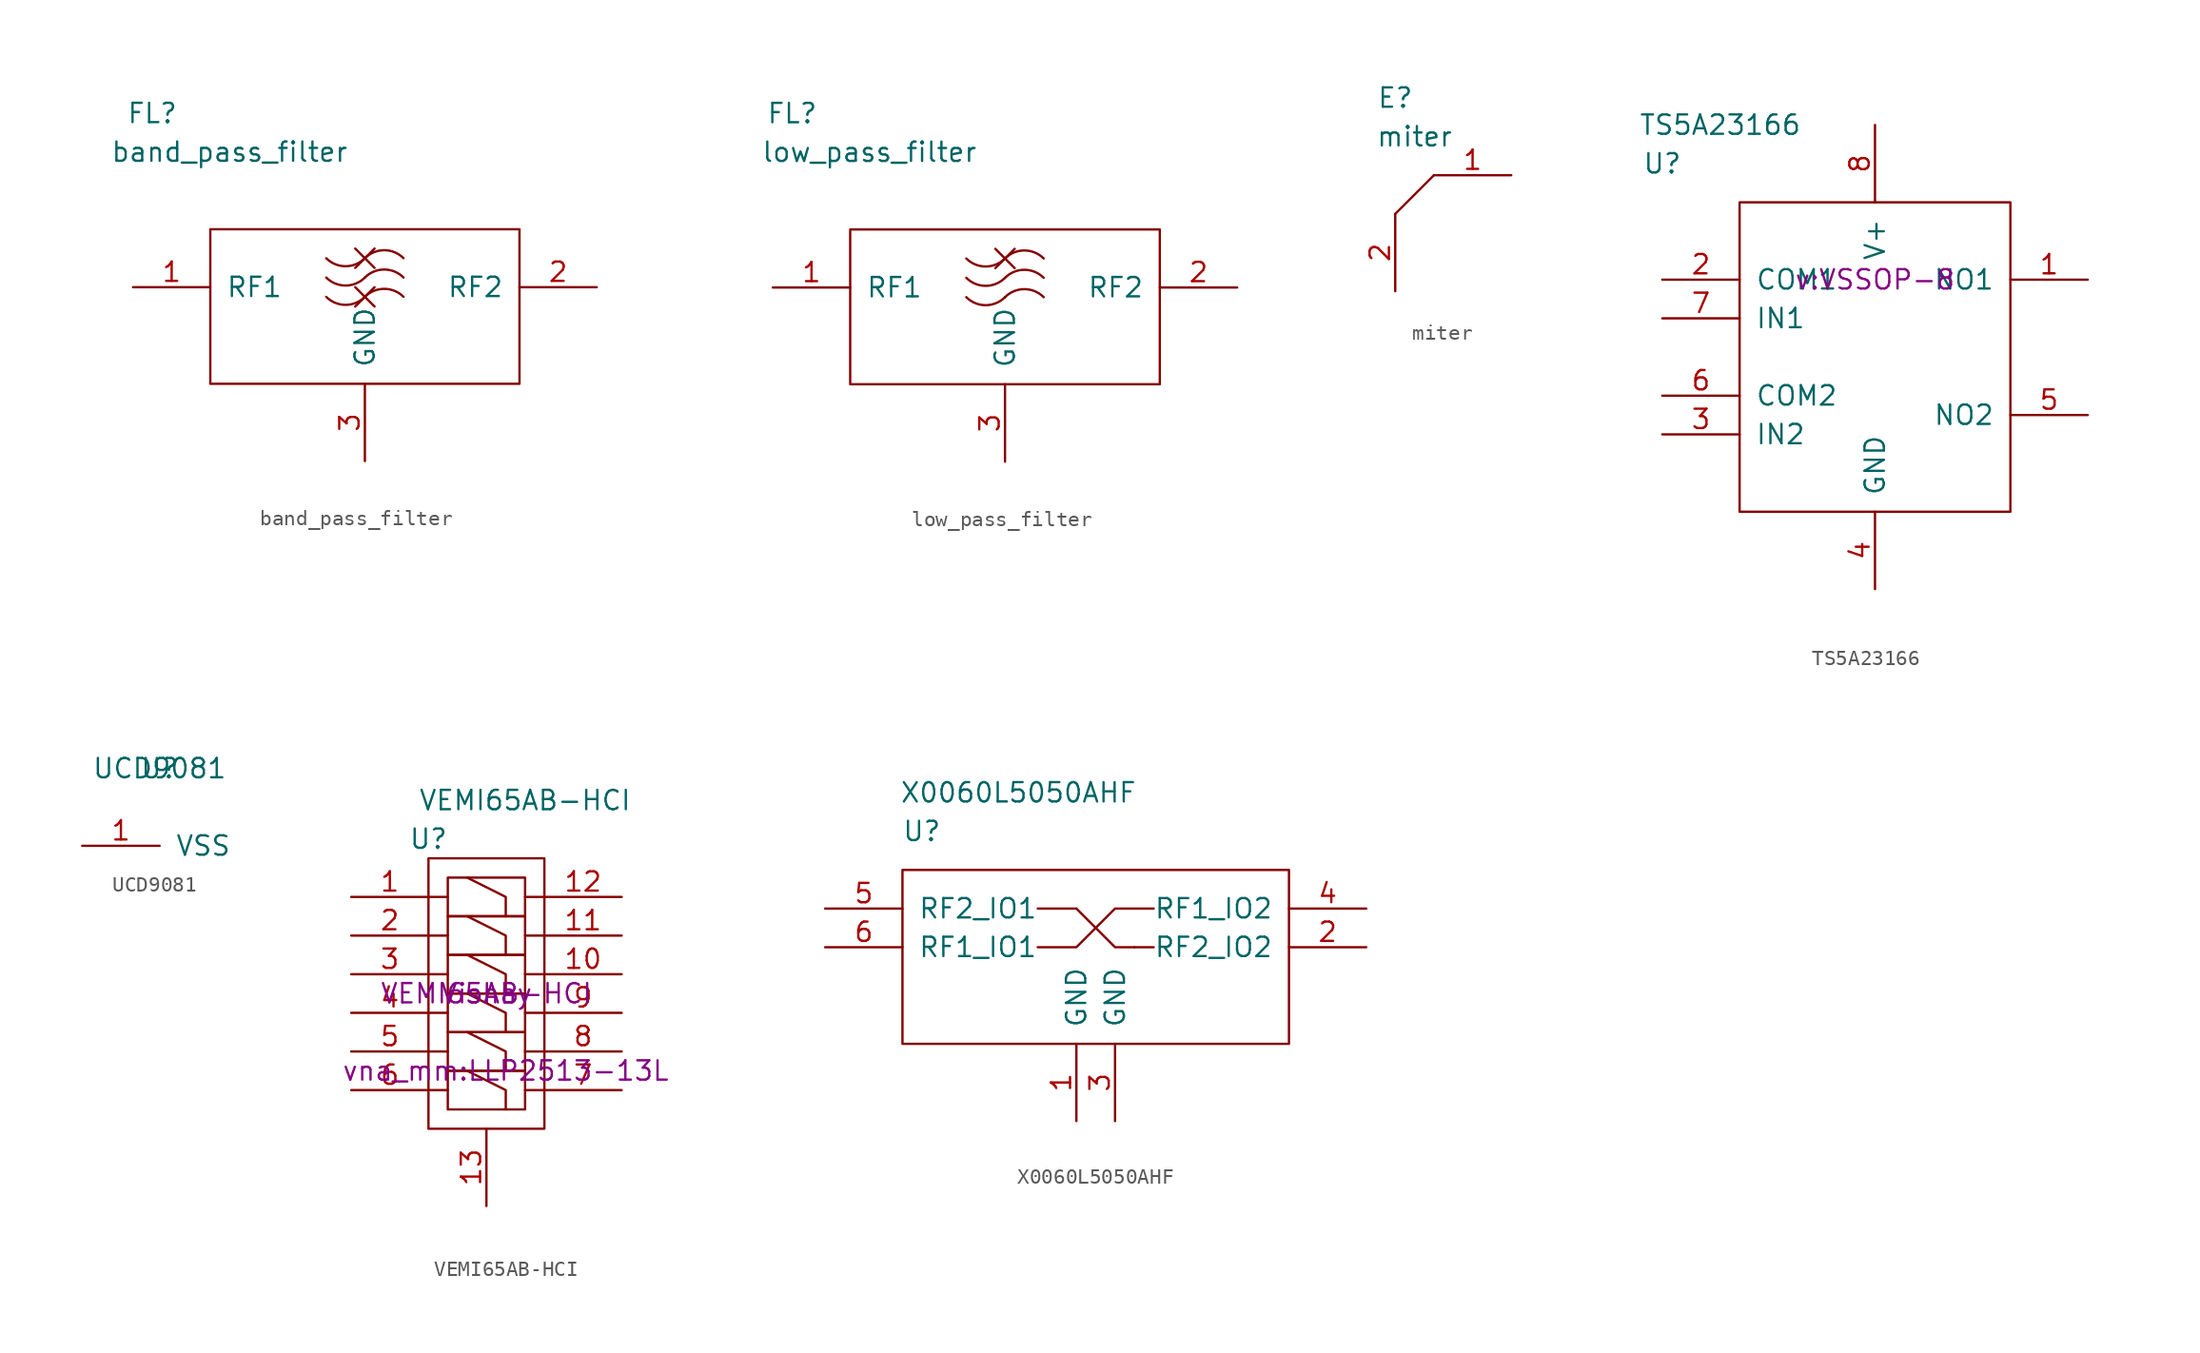
<source format=kicad_sym>
(kicad_symbol_lib
  (version 20201005)
  (generator kicad_symbol_editor)
  (symbol "vna_mm:band_pass_filter"
    (pin_names
      (offset 1.016))
    (property "Reference" "FL"
      (at -13.97 11.43 0)
      (effects (font (size 1.27 1.27))))
    (property "Value" "band_pass_filter"
      (at -8.89 8.89 0)
      (effects (font (size 1.27 1.27))))
    (symbol "band_pass_filter_0_1"
      (arc (start 0 -0.635) (end -2.54 -0.635) (radius (at -1.27 0.635) (length 1.8034) (angles -45 -135)) (stroke (width 0)) (fill (type none)))
      (arc (start 0 -0.635) (end 2.54 -0.635) (radius (at 1.27 -1.905) (length 1.8034) (angles 135 45)) (stroke (width 0)) (fill (type none)))
      (rectangle (start -10.16 3.81) (end 10.16 -6.35) (stroke (width 0)) (fill (type none)))
      (polyline (pts (xy -0.635 0) (xy 0.635 -1.27)) (stroke (width 0)) (fill (type none)))
      (polyline (pts (xy -0.635 1.27) (xy 0.635 2.54)) (stroke (width 0)) (fill (type none)))
      (polyline (pts (xy -0.635 2.54) (xy 0.635 1.27)) (stroke (width 0)) (fill (type none)))
      (polyline (pts (xy 0.635 0) (xy -0.635 -1.27)) (stroke (width 0)) (fill (type none))))
    (symbol "band_pass_filter_1_1"
      (arc (start 0 0.635) (end -2.54 0.635) (radius (at -1.27 1.905) (length 1.8034) (angles -45 -135)) (stroke (width 0)) (fill (type none)))
      (arc (start 0 1.905) (end -2.54 1.905) (radius (at -1.27 3.175) (length 1.8034) (angles -45 -135)) (stroke (width 0)) (fill (type none)))
      (arc (start 0 0.635) (end 2.54 0.635) (radius (at 1.27 -0.635) (length 1.8034) (angles 135 45)) (stroke (width 0)) (fill (type none)))
      (arc (start 0 1.905) (end 2.54 1.905) (radius (at 1.27 0.635) (length 1.8034) (angles 135 45)) (stroke (width 0)) (fill (type none)))
      (pin bidirectional line (at -15.24 0 0) (length 5.08) (name "RF1" (effects (font (size 1.27 1.27)))) (number "1" (effects (font (size 1.27 1.27)))))
      (pin bidirectional line (at 15.24 0 180) (length 5.08) (name "RF2" (effects (font (size 1.27 1.27)))) (number "2" (effects (font (size 1.27 1.27)))))
      (pin power_in line (at 0 -11.43 90) (length 5.08) (name "GND" (effects (font (size 1.27 1.27)))) (number "3" (effects (font (size 1.27 1.27)))))))
  (symbol "vna_mm:low_pass_filter"
    (pin_names
      (offset 1.016))
    (property "Reference" "FL"
      (at -13.97 11.43 0)
      (effects (font (size 1.27 1.27))))
    (property "Value" "low_pass_filter"
      (at -8.89 8.89 0)
      (effects (font (size 1.27 1.27))))
    (symbol "low_pass_filter_0_1"
      (arc (start 0 -0.635) (end -2.54 -0.635) (radius (at -1.27 0.635) (length 1.8034) (angles -45 -135)) (stroke (width 0)) (fill (type none)))
      (arc (start 0 -0.635) (end 2.54 -0.635) (radius (at 1.27 -1.905) (length 1.8034) (angles 135 45)) (stroke (width 0)) (fill (type none)))
      (rectangle (start -10.16 3.81) (end 10.16 -6.35) (stroke (width 0)) (fill (type none)))
      (polyline (pts (xy -0.635 1.27) (xy 0.635 2.54)) (stroke (width 0)) (fill (type none)))
      (polyline (pts (xy -0.635 2.54) (xy 0.635 1.27)) (stroke (width 0)) (fill (type none))))
    (symbol "low_pass_filter_1_1"
      (arc (start 0 0.635) (end -2.54 0.635) (radius (at -1.27 1.905) (length 1.8034) (angles -45 -135)) (stroke (width 0)) (fill (type none)))
      (arc (start 0 1.905) (end -2.54 1.905) (radius (at -1.27 3.175) (length 1.8034) (angles -45 -135)) (stroke (width 0)) (fill (type none)))
      (arc (start 0 0.635) (end 2.54 0.635) (radius (at 1.27 -0.635) (length 1.8034) (angles 135 45)) (stroke (width 0)) (fill (type none)))
      (arc (start 0 1.905) (end 2.54 1.905) (radius (at 1.27 0.635) (length 1.8034) (angles 135 45)) (stroke (width 0)) (fill (type none)))
      (pin bidirectional line (at -15.24 0 0) (length 5.08) (name "RF1" (effects (font (size 1.27 1.27)))) (number "1" (effects (font (size 1.27 1.27)))))
      (pin bidirectional line (at 15.24 0 180) (length 5.08) (name "RF2" (effects (font (size 1.27 1.27)))) (number "2" (effects (font (size 1.27 1.27)))))
      (pin power_in line (at 0 -11.43 90) (length 5.08) (name "GND" (effects (font (size 1.27 1.27)))) (number "3" (effects (font (size 1.27 1.27)))))))
  (symbol "vna_mm:miter"
    (pin_names
      (offset 1.016))
    (property "Reference" "E"
      (at 0 5.08 0)
      (effects (font (size 1.27 1.27))))
    (property "Value" "miter"
      (at 1.27 2.54 0)
      (effects (font (size 1.27 1.27))))
    (symbol "miter_0_1"
      (polyline (pts (xy 2.54 0) (xy 0 -2.54)) (stroke (width 0)) (fill (type none))))
    (symbol "miter_1_1"
      (pin bidirectional line (at 7.62 0 180) (length 5.08) (name "~" (effects (font (size 1.27 1.27)))) (number "1" (effects (font (size 1.27 1.27)))))
      (pin bidirectional line (at 0 -7.62 90) (length 5.08) (name "~" (effects (font (size 1.27 1.27)))) (number "2" (effects (font (size 1.27 1.27)))))))
  (symbol "vna_mm:TS5A23166"
    (pin_names
      (offset 1.016))
    (property "Reference" "U"
      (at -13.97 12.7 0)
      (effects (font (size 1.27 1.27))))
    (property "Value" "TS5A23166"
      (at -10.16 15.24 0)
      (effects (font (size 1.27 1.27))))
    (property "Footprint" "v:VSSOP-8"
      (at 0 5.08 0)
      (effects (font (size 1.27 1.27))))
    (symbol "TS5A23166_0_1"
      (rectangle (start -8.89 10.16) (end 8.89 -10.16) (stroke (width 0)) (fill (type none))))
    (symbol "TS5A23166_1_1"
      (pin bidirectional line (at 13.97 5.08 180) (length 5.08) (name "NO1" (effects (font (size 1.27 1.27)))) (number "1" (effects (font (size 1.27 1.27)))))
      (pin bidirectional line (at -13.97 5.08 0) (length 5.08) (name "COM1" (effects (font (size 1.27 1.27)))) (number "2" (effects (font (size 1.27 1.27)))))
      (pin input line (at -13.97 -5.08 0) (length 5.08) (name "IN2" (effects (font (size 1.27 1.27)))) (number "3" (effects (font (size 1.27 1.27)))))
      (pin power_in line (at 0 -15.24 90) (length 5.08) (name "GND" (effects (font (size 1.27 1.27)))) (number "4" (effects (font (size 1.27 1.27)))))
      (pin bidirectional line (at 13.97 -3.81 180) (length 5.08) (name "NO2" (effects (font (size 1.27 1.27)))) (number "5" (effects (font (size 1.27 1.27)))))
      (pin bidirectional line (at -13.97 -2.54 0) (length 5.08) (name "COM2" (effects (font (size 1.27 1.27)))) (number "6" (effects (font (size 1.27 1.27)))))
      (pin input line (at -13.97 2.54 0) (length 5.08) (name "IN1" (effects (font (size 1.27 1.27)))) (number "7" (effects (font (size 1.27 1.27)))))
      (pin power_in line (at 0 15.24 270) (length 5.08) (name "V+" (effects (font (size 1.27 1.27)))) (number "8" (effects (font (size 1.27 1.27)))))))
  (symbol "vna_mm:UCD9081"
    (pin_names
      (offset 1.016))
    (property "Reference" "U"
      (at 0 0 0)
      (effects (font (size 1.27 1.27))))
    (property "Value" "UCD9081"
      (at 0 0 0)
      (effects (font (size 1.27 1.27))))
    (symbol "UCD9081_1_1"
      (pin power_in line (at -5.08 -5.08 0) (length 5.08) (name "VSS" (effects (font (size 1.27 1.27)))) (number "1" (effects (font (size 1.27 1.27)))))))
  (symbol "vna_mm:VEMI65AB-HCI"
    (pin_names
      (offset 1.016))
    (property "Reference" "U"
      (at -3.81 10.16 0)
      (effects (font (size 1.27 1.27))))
    (property "Value" "VEMI65AB-HCI"
      (at 2.54 12.7 0)
      (effects (font (size 1.27 1.27))))
    (property "Footprint" "vna_mm:LLP2513-13L"
      (at 1.27 -5.08 0)
      (effects (font (size 1.27 1.27))))
    (property "mfg" "Vishay"
      (at 0 0 0)
      (effects (font (size 1.27 1.27))))
    (property "mpn" "VEMI65AB-HCI"
      (at 0 0 0)
      (effects (font (size 1.27 1.27))))
    (symbol "VEMI65AB-HCI_0_1"
      (rectangle (start -3.81 8.89) (end 3.81 -8.89) (stroke (width 0)) (fill (type none)))
      (rectangle (start -2.54 -5.08) (end 2.54 -7.62) (stroke (width 0)) (fill (type none)))
      (rectangle (start -2.54 -2.54) (end 2.54 -5.08) (stroke (width 0)) (fill (type none)))
      (rectangle (start -2.54 0) (end 2.54 -2.54) (stroke (width 0)) (fill (type none)))
      (rectangle (start -2.54 2.54) (end 2.54 0) (stroke (width 0)) (fill (type none)))
      (rectangle (start -2.54 5.08) (end 2.54 2.54) (stroke (width 0)) (fill (type none)))
      (rectangle (start -2.54 7.62) (end 2.54 5.08) (stroke (width 0)) (fill (type none)))
      (polyline (pts (xy -3.81 -6.35) (xy -2.54 -6.35)) (stroke (width 0)) (fill (type none)))
      (polyline (pts (xy -3.81 -3.81) (xy -2.54 -3.81)) (stroke (width 0)) (fill (type none)))
      (polyline (pts (xy -3.81 -1.27) (xy -2.54 -1.27)) (stroke (width 0)) (fill (type none)))
      (polyline (pts (xy -3.81 1.27) (xy -2.54 1.27)) (stroke (width 0)) (fill (type none)))
      (polyline (pts (xy -3.81 3.81) (xy -2.54 3.81)) (stroke (width 0)) (fill (type none)))
      (polyline (pts (xy -3.81 6.35) (xy -2.54 6.35)) (stroke (width 0)) (fill (type none)))
      (polyline (pts (xy 2.54 -6.35) (xy 3.81 -6.35)) (stroke (width 0)) (fill (type none)))
      (polyline (pts (xy 2.54 -3.81) (xy 3.81 -3.81)) (stroke (width 0)) (fill (type none)))
      (polyline (pts (xy 2.54 -1.27) (xy 3.81 -1.27)) (stroke (width 0)) (fill (type none)))
      (polyline (pts (xy 2.54 1.27) (xy 3.81 1.27)) (stroke (width 0)) (fill (type none)))
      (polyline (pts (xy 2.54 3.81) (xy 3.81 3.81)) (stroke (width 0)) (fill (type none)))
      (polyline (pts (xy 2.54 6.35) (xy 3.81 6.35)) (stroke (width 0)) (fill (type none)))
      (polyline (pts (xy -1.27 -5.08) (xy 1.27 -6.35) (xy 1.27 -7.62)) (stroke (width 0)) (fill (type none)))
      (polyline (pts (xy -1.27 -2.54) (xy 1.27 -3.81) (xy 1.27 -5.08)) (stroke (width 0)) (fill (type none)))
      (polyline (pts (xy -1.27 0) (xy 1.27 -1.27) (xy 1.27 -2.54)) (stroke (width 0)) (fill (type none)))
      (polyline (pts (xy -1.27 2.54) (xy 1.27 1.27) (xy 1.27 0)) (stroke (width 0)) (fill (type none)))
      (polyline (pts (xy -1.27 5.08) (xy 1.27 3.81) (xy 1.27 2.54)) (stroke (width 0)) (fill (type none)))
      (polyline (pts (xy -1.27 7.62) (xy 1.27 6.35) (xy 1.27 5.08)) (stroke (width 0)) (fill (type none))))
    (symbol "VEMI65AB-HCI_1_1"
      (pin bidirectional line (at -8.89 6.35 0) (length 5.08) (name "~" (effects (font (size 1.27 1.27)))) (number "1" (effects (font (size 1.27 1.27)))))
      (pin bidirectional line (at 8.89 1.27 180) (length 5.08) (name "~" (effects (font (size 1.27 1.27)))) (number "10" (effects (font (size 1.27 1.27)))))
      (pin bidirectional line (at 8.89 3.81 180) (length 5.08) (name "~" (effects (font (size 1.27 1.27)))) (number "11" (effects (font (size 1.27 1.27)))))
      (pin bidirectional line (at 8.89 6.35 180) (length 5.08) (name "~" (effects (font (size 1.27 1.27)))) (number "12" (effects (font (size 1.27 1.27)))))
      (pin bidirectional line (at 0 -13.97 90) (length 5.08) (name "~" (effects (font (size 1.27 1.27)))) (number "13" (effects (font (size 1.27 1.27)))))
      (pin bidirectional line (at -8.89 3.81 0) (length 5.08) (name "~" (effects (font (size 1.27 1.27)))) (number "2" (effects (font (size 1.27 1.27)))))
      (pin bidirectional line (at -8.89 1.27 0) (length 5.08) (name "~" (effects (font (size 1.27 1.27)))) (number "3" (effects (font (size 1.27 1.27)))))
      (pin bidirectional line (at -8.89 -1.27 0) (length 5.08) (name "~" (effects (font (size 1.27 1.27)))) (number "4" (effects (font (size 1.27 1.27)))))
      (pin bidirectional line (at -8.89 -3.81 0) (length 5.08) (name "~" (effects (font (size 1.27 1.27)))) (number "5" (effects (font (size 1.27 1.27)))))
      (pin bidirectional line (at -8.89 -6.35 0) (length 5.08) (name "~" (effects (font (size 1.27 1.27)))) (number "6" (effects (font (size 1.27 1.27)))))
      (pin bidirectional line (at 8.89 -6.35 180) (length 5.08) (name "~" (effects (font (size 1.27 1.27)))) (number "7" (effects (font (size 1.27 1.27)))))
      (pin bidirectional line (at 8.89 -3.81 180) (length 5.08) (name "~" (effects (font (size 1.27 1.27)))) (number "8" (effects (font (size 1.27 1.27)))))
      (pin bidirectional line (at 8.89 -1.27 180) (length 5.08) (name "~" (effects (font (size 1.27 1.27)))) (number "9" (effects (font (size 1.27 1.27)))))))
  (symbol "vna_mm:X0060L5050AHF"
    (pin_names
      (offset 1.016))
    (property "Reference" "U"
      (at -11.43 6.35 0)
      (effects (font (size 1.27 1.27))))
    (property "Value" "X0060L5050AHF"
      (at -5.08 8.89 0)
      (effects (font (size 1.27 1.27))))
    (symbol "X0060L5050AHF_0_1"
      (rectangle (start -12.7 3.81) (end 12.7 -7.62) (stroke (width 0)) (fill (type none)))
      (polyline (pts (xy -1.27 1.27) (xy -3.81 1.27)) (stroke (width 0)) (fill (type none)))
      (polyline (pts (xy 2.54 -1.27) (xy 3.81 -1.27)) (stroke (width 0)) (fill (type none)))
      (polyline (pts (xy -1.27 1.27) (xy 1.27 -1.27) (xy 2.54 -1.27)) (stroke (width 0)) (fill (type none)))
      (polyline (pts (xy -3.81 -1.27) (xy -1.27 -1.27) (xy 1.27 1.27) (xy 3.81 1.27)) (stroke (width 0)) (fill (type none))))
    (symbol "X0060L5050AHF_1_1"
      (pin power_in line (at -1.27 -12.7 90) (length 5.08) (name "GND" (effects (font (size 1.27 1.27)))) (number "1" (effects (font (size 1.27 1.27)))))
      (pin bidirectional line (at 17.78 -1.27 180) (length 5.08) (name "RF2_IO2" (effects (font (size 1.27 1.27)))) (number "2" (effects (font (size 1.27 1.27)))))
      (pin power_in line (at 1.27 -12.7 90) (length 5.08) (name "GND" (effects (font (size 1.27 1.27)))) (number "3" (effects (font (size 1.27 1.27)))))
      (pin bidirectional line (at 17.78 1.27 180) (length 5.08) (name "RF1_IO2" (effects (font (size 1.27 1.27)))) (number "4" (effects (font (size 1.27 1.27)))))
      (pin bidirectional line (at -17.78 1.27 0) (length 5.08) (name "RF2_IO1" (effects (font (size 1.27 1.27)))) (number "5" (effects (font (size 1.27 1.27)))))
      (pin bidirectional line (at -17.78 -1.27 0) (length 5.08) (name "RF1_IO1" (effects (font (size 1.27 1.27)))) (number "6" (effects (font (size 1.27 1.27))))))))
</source>
